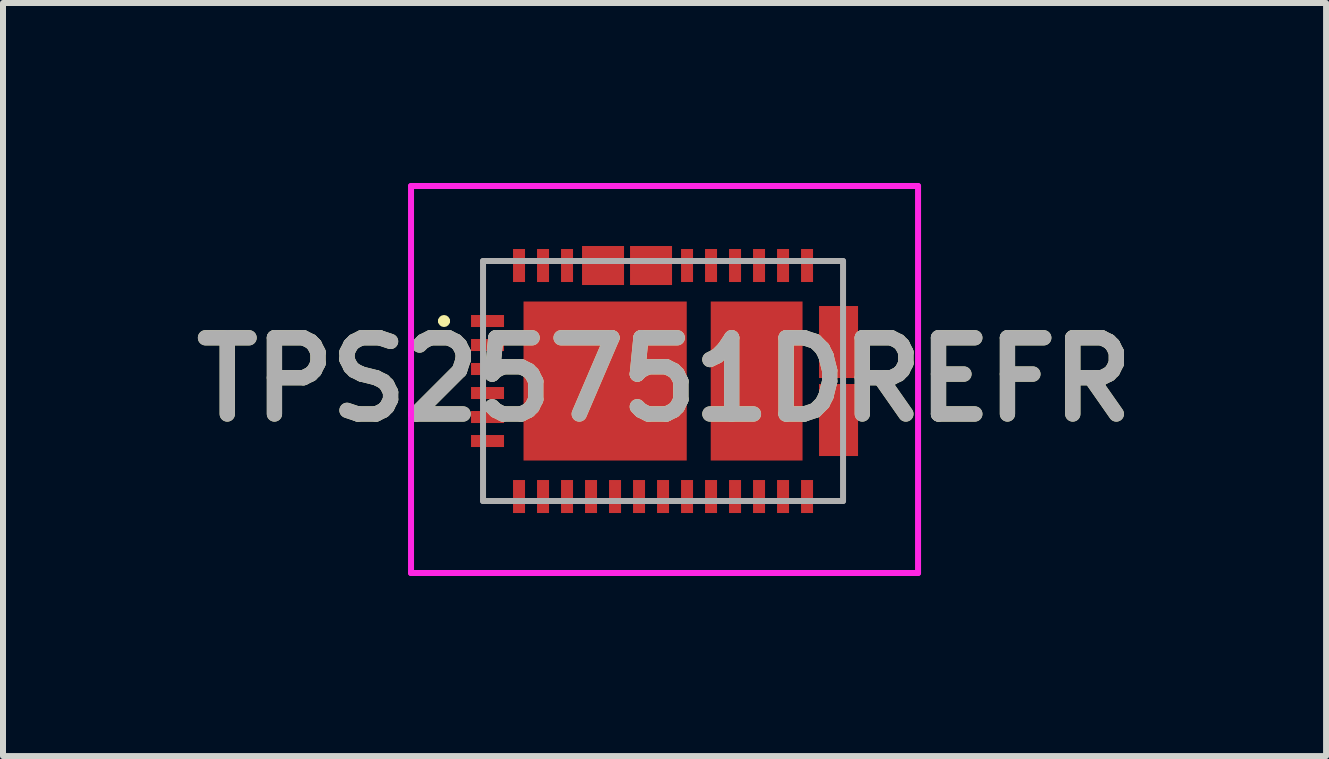
<source format=kicad_pcb>
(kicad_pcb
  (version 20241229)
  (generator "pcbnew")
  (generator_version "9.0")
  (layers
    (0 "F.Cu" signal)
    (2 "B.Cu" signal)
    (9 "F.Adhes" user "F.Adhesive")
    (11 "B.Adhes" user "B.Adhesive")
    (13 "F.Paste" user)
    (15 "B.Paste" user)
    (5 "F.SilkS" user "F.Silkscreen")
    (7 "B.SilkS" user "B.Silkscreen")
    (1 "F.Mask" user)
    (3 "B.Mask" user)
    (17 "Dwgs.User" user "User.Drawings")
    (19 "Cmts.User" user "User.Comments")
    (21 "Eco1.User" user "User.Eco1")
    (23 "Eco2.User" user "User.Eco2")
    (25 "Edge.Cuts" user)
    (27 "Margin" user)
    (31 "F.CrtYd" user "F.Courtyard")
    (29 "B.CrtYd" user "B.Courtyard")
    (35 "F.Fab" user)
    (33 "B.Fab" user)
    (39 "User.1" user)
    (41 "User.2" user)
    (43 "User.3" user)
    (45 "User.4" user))
  (footprint "TPS25751DREFR"
    (layer "F.Cu")
    (at 8 3.3)
    (property "Reference" "TPS25751DREFR" (at 0.025 -0.025 0) (layer "F.SilkS") (effects (font (size 1.27 1.27) (thickness 0.254))))
    (attr smd)
    (fp_line (start -3.7 -1) (end -3.7 -1) (stroke (width 0.1) (type solid)) (layer "F.SilkS"))
    (fp_line (start -3.6 -1) (end -3.6 -1) (stroke (width 0.1) (type solid)) (layer "F.SilkS"))
    (fp_arc (start -3.7 -1) (mid -3.65 -1.05) (end -3.6 -1) (stroke (width 0.1) (type solid)) (layer "F.SilkS"))
    (fp_arc (start -3.6 -1) (mid -3.65 -0.95) (end -3.7 -1) (stroke (width 0.1) (type solid)) (layer "F.SilkS"))
    (fp_line (start -4.2 -3.25) (end 4.25 -3.25) (stroke (width 0.1) (type solid)) (layer "F.CrtYd"))
    (fp_line (start -4.2 3.2) (end -4.2 -3.25) (stroke (width 0.1) (type solid)) (layer "F.CrtYd"))
    (fp_line (start 4.25 -3.25) (end 4.25 3.2) (stroke (width 0.1) (type solid)) (layer "F.CrtYd"))
    (fp_line (start 4.25 3.2) (end -4.2 3.2) (stroke (width 0.1) (type solid)) (layer "F.CrtYd"))
    (fp_line (start -3 -2) (end 3 -2) (stroke (width 0.1) (type solid)) (layer "F.Fab"))
    (fp_line (start -3 2) (end -3 -2) (stroke (width 0.1) (type solid)) (layer "F.Fab"))
    (fp_line (start 3 -2) (end 3 2) (stroke (width 0.1) (type solid)) (layer "F.Fab"))
    (fp_line (start 3 2) (end -3 2) (stroke (width 0.1) (type solid)) (layer "F.Fab"))
    (fp_text user "${REFERENCE}" (at 0.025 -0.025 0) (layer "F.Fab") (effects (font (size 1.27 1.27) (thickness 0.254))))
    (pad "1" smd rect (at -2.925 -1 90) (size 0.2 0.55) (layers "F.Cu" "F.Mask" "F.Paste"))
    (pad "2" smd rect (at -2.925 -0.6 90) (size 0.2 0.55) (layers "F.Cu" "F.Mask" "F.Paste"))
    (pad "3" smd rect (at -2.925 -0.2 90) (size 0.2 0.55) (layers "F.Cu" "F.Mask" "F.Paste"))
    (pad "4" smd rect (at -2.925 0.2 90) (size 0.2 0.55) (layers "F.Cu" "F.Mask" "F.Paste"))
    (pad "5" smd rect (at -2.925 0.6 90) (size 0.2 0.55) (layers "F.Cu" "F.Mask" "F.Paste"))
    (pad "6" smd rect (at -2.925 1 90) (size 0.2 0.55) (layers "F.Cu" "F.Mask" "F.Paste"))
    (pad "7" smd rect (at -2.4 1.925) (size 0.2 0.55) (layers "F.Cu" "F.Mask" "F.Paste"))
    (pad "8" smd rect (at -2 1.925) (size 0.2 0.55) (layers "F.Cu" "F.Mask" "F.Paste"))
    (pad "9" smd rect (at -1.6 1.925) (size 0.2 0.55) (layers "F.Cu" "F.Mask" "F.Paste"))
    (pad "10" smd rect (at -1.2 1.925) (size 0.2 0.55) (layers "F.Cu" "F.Mask" "F.Paste"))
    (pad "11" smd rect (at -0.8 1.925) (size 0.2 0.55) (layers "F.Cu" "F.Mask" "F.Paste"))
    (pad "12" smd rect (at -0.4 1.925) (size 0.2 0.55) (layers "F.Cu" "F.Mask" "F.Paste"))
    (pad "13" smd rect (at 0 1.925) (size 0.2 0.55) (layers "F.Cu" "F.Mask" "F.Paste"))
    (pad "14" smd rect (at 0.4 1.925) (size 0.2 0.55) (layers "F.Cu" "F.Mask" "F.Paste"))
    (pad "15" smd rect (at 0.8 1.925) (size 0.2 0.55) (layers "F.Cu" "F.Mask" "F.Paste"))
    (pad "16" smd rect (at 1.2 1.925) (size 0.2 0.55) (layers "F.Cu" "F.Mask" "F.Paste"))
    (pad "17" smd rect (at 1.6 1.925) (size 0.2 0.55) (layers "F.Cu" "F.Mask" "F.Paste"))
    (pad "18" smd rect (at 2 1.925) (size 0.2 0.55) (layers "F.Cu" "F.Mask" "F.Paste"))
    (pad "19" smd rect (at 2.4 1.925) (size 0.2 0.55) (layers "F.Cu" "F.Mask" "F.Paste"))
    (pad "20" smd rect (at 2.925 0.65) (size 0.65 1.2) (layers "F.Cu" "F.Mask" "F.Paste"))
    (pad "23" smd rect (at 2.925 -0.65) (size 0.65 1.2) (layers "F.Cu" "F.Mask" "F.Paste"))
    (pad "26" smd rect (at 2.4 -1.925) (size 0.2 0.55) (layers "F.Cu" "F.Mask" "F.Paste"))
    (pad "27" smd rect (at 2 -1.925) (size 0.2 0.55) (layers "F.Cu" "F.Mask" "F.Paste"))
    (pad "28" smd rect (at 1.6 -1.925) (size 0.2 0.55) (layers "F.Cu" "F.Mask" "F.Paste"))
    (pad "29" smd rect (at 1.2 -1.925) (size 0.2 0.55) (layers "F.Cu" "F.Mask" "F.Paste"))
    (pad "30" smd rect (at 0.8 -1.925) (size 0.2 0.55) (layers "F.Cu" "F.Mask" "F.Paste"))
    (pad "31" smd rect (at 0.4 -1.925) (size 0.2 0.55) (layers "F.Cu" "F.Mask" "F.Paste"))
    (pad "32" smd rect (at -0.2 -1.925 90) (size 0.65 0.7) (layers "F.Cu" "F.Mask" "F.Paste"))
    (pad "34" smd rect (at -1 -1.925 90) (size 0.65 0.7) (layers "F.Cu" "F.Mask" "F.Paste"))
    (pad "36" smd rect (at -1.6 -1.925) (size 0.2 0.55) (layers "F.Cu" "F.Mask" "F.Paste"))
    (pad "37" smd rect (at -2 -1.925) (size 0.2 0.55) (layers "F.Cu" "F.Mask" "F.Paste"))
    (pad "38" smd rect (at -2.4 -1.925) (size 0.2 0.55) (layers "F.Cu" "F.Mask" "F.Paste"))
    (pad "39" smd rect (at -0.965 0 90) (size 2.65 2.72) (layers "F.Cu" "F.Mask" "F.Paste"))
    (pad "40" smd rect (at 1.56 0) (size 1.53 2.65) (layers "F.Cu" "F.Mask" "F.Paste")))
  (gr_rect
    (start -3 -3)
    (end 19.05 9.55)
    (stroke (width 0.1) (type default))
    (fill no)
    (layer "Edge.Cuts")))
</source>
